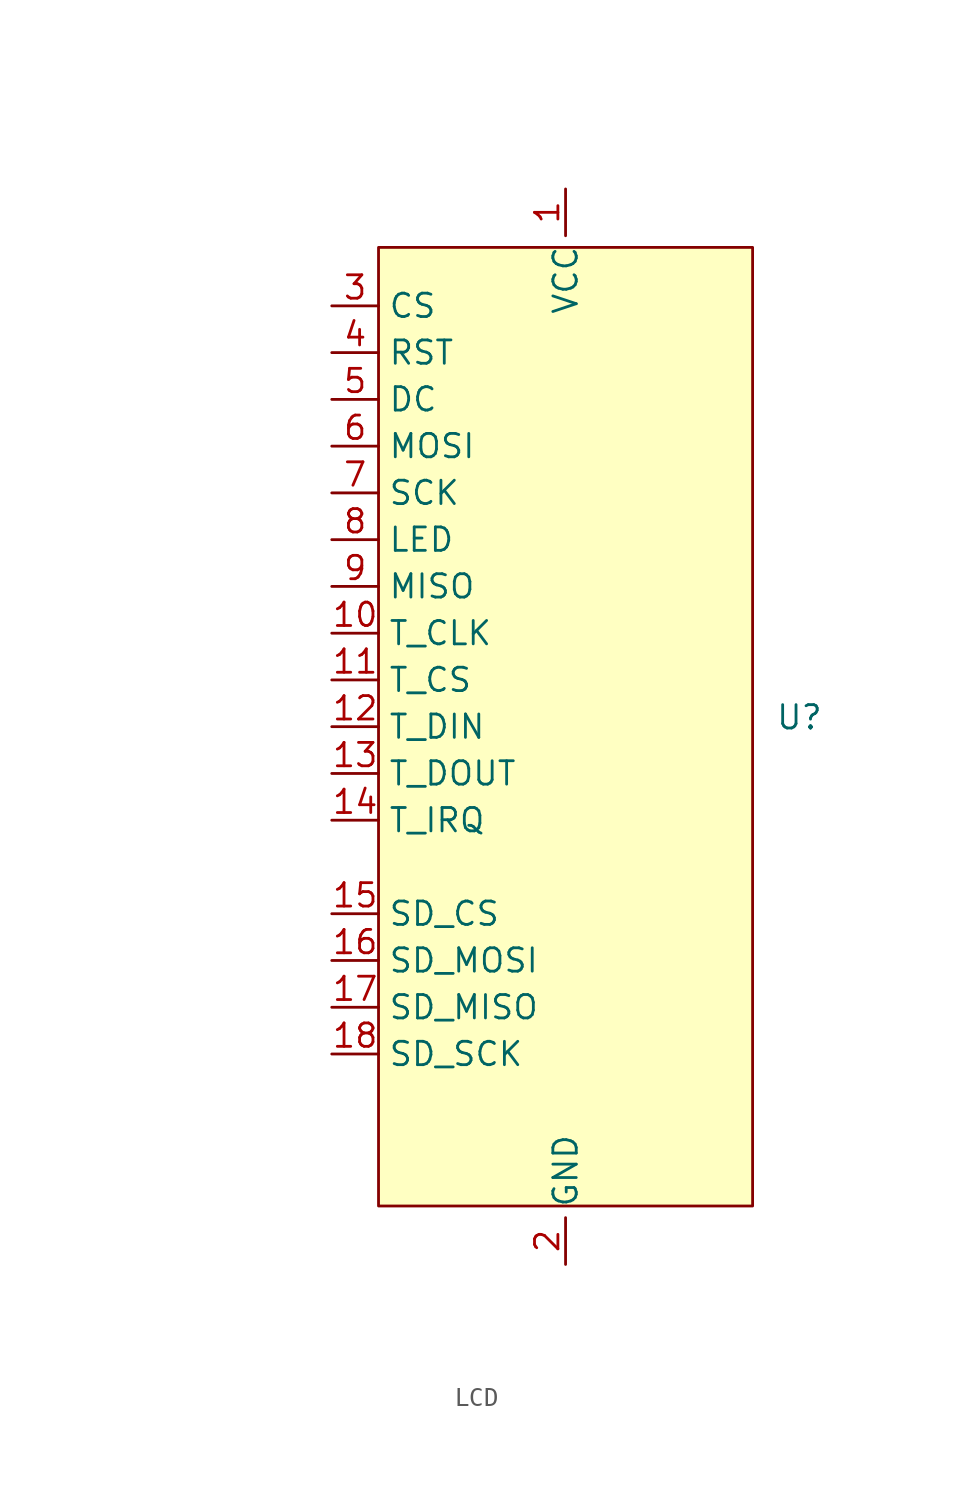
<source format=kicad_sym>
(kicad_symbol_lib
  (version 20241209)
  (generator "kicad_symbol_editor")
  (generator_version "9.0")
  (symbol "LCD"
    (property "Reference" "U"
      (at 35.56 -26.162 0)
      (effects (font (size 1.27 1.27))))
    (property "Value" ""
      (at 0 0 0)
      (effects (font (size 1.27 1.27))))
    (symbol "LCD_1_1"
      (rectangle (start 12.7 -0.635) (end 33.02 -52.705) (stroke (width 0) (type solid)) (fill (type background)))
      (pin input line (at 10.16 -3.81 0) (length 2.54) (name "CS" (effects (font (size 1.27 1.27)))) (number "3" (effects (font (size 1.27 1.27)))))
      (pin input line (at 10.16 -6.35 0) (length 2.54) (name "RST" (effects (font (size 1.27 1.27)))) (number "4" (effects (font (size 1.27 1.27)))))
      (pin input line (at 10.16 -8.89 0) (length 2.54) (name "DC" (effects (font (size 1.27 1.27)))) (number "5" (effects (font (size 1.27 1.27)))))
      (pin input line (at 10.16 -11.43 0) (length 2.54) (name "MOSI" (effects (font (size 1.27 1.27)))) (number "6" (effects (font (size 1.27 1.27)))))
      (pin input line (at 10.16 -13.97 0) (length 2.54) (name "SCK" (effects (font (size 1.27 1.27)))) (number "7" (effects (font (size 1.27 1.27)))))
      (pin input line (at 10.16 -16.51 0) (length 2.54) (name "LED" (effects (font (size 1.27 1.27)))) (number "8" (effects (font (size 1.27 1.27)))))
      (pin output line (at 10.16 -19.05 0) (length 2.54) (name "MISO" (effects (font (size 1.27 1.27)))) (number "9" (effects (font (size 1.27 1.27)))))
      (pin input line (at 10.16 -21.59 0) (length 2.54) (name "T_CLK" (effects (font (size 1.27 1.27)))) (number "10" (effects (font (size 1.27 1.27)))))
      (pin input line (at 10.16 -24.13 0) (length 2.54) (name "T_CS" (effects (font (size 1.27 1.27)))) (number "11" (effects (font (size 1.27 1.27)))))
      (pin input line (at 10.16 -26.67 0) (length 2.54) (name "T_DIN" (effects (font (size 1.27 1.27)))) (number "12" (effects (font (size 1.27 1.27)))))
      (pin output line (at 10.16 -29.21 0) (length 2.54) (name "T_DOUT" (effects (font (size 1.27 1.27)))) (number "13" (effects (font (size 1.27 1.27)))))
      (pin output line (at 10.16 -31.75 0) (length 2.54) (name "T_IRQ" (effects (font (size 1.27 1.27)))) (number "14" (effects (font (size 1.27 1.27)))))
      (pin input line (at 10.16 -36.83 0) (length 2.54) (name "SD_CS" (effects (font (size 1.27 1.27)))) (number "15" (effects (font (size 1.27 1.27)))))
      (pin input line (at 10.16 -39.37 0) (length 2.54) (name "SD_MOSI" (effects (font (size 1.27 1.27)))) (number "16" (effects (font (size 1.27 1.27)))))
      (pin output line (at 10.16 -41.91 0) (length 2.54) (name "SD_MISO" (effects (font (size 1.27 1.27)))) (number "17" (effects (font (size 1.27 1.27)))))
      (pin input line (at 10.16 -44.45 0) (length 2.54) (name "SD_SCK" (effects (font (size 1.27 1.27)))) (number "18" (effects (font (size 1.27 1.27)))))
      (pin power_in line (at 22.86 2.54 270) (length 2.54) (name "VCC" (effects (font (size 1.27 1.27)))) (number "1" (effects (font (size 1.27 1.27)))))
      (pin power_in line (at 22.86 -55.88 90) (length 2.54) (name "GND" (effects (font (size 1.27 1.27)))) (number "2" (effects (font (size 1.27 1.27))))))))
</source>
